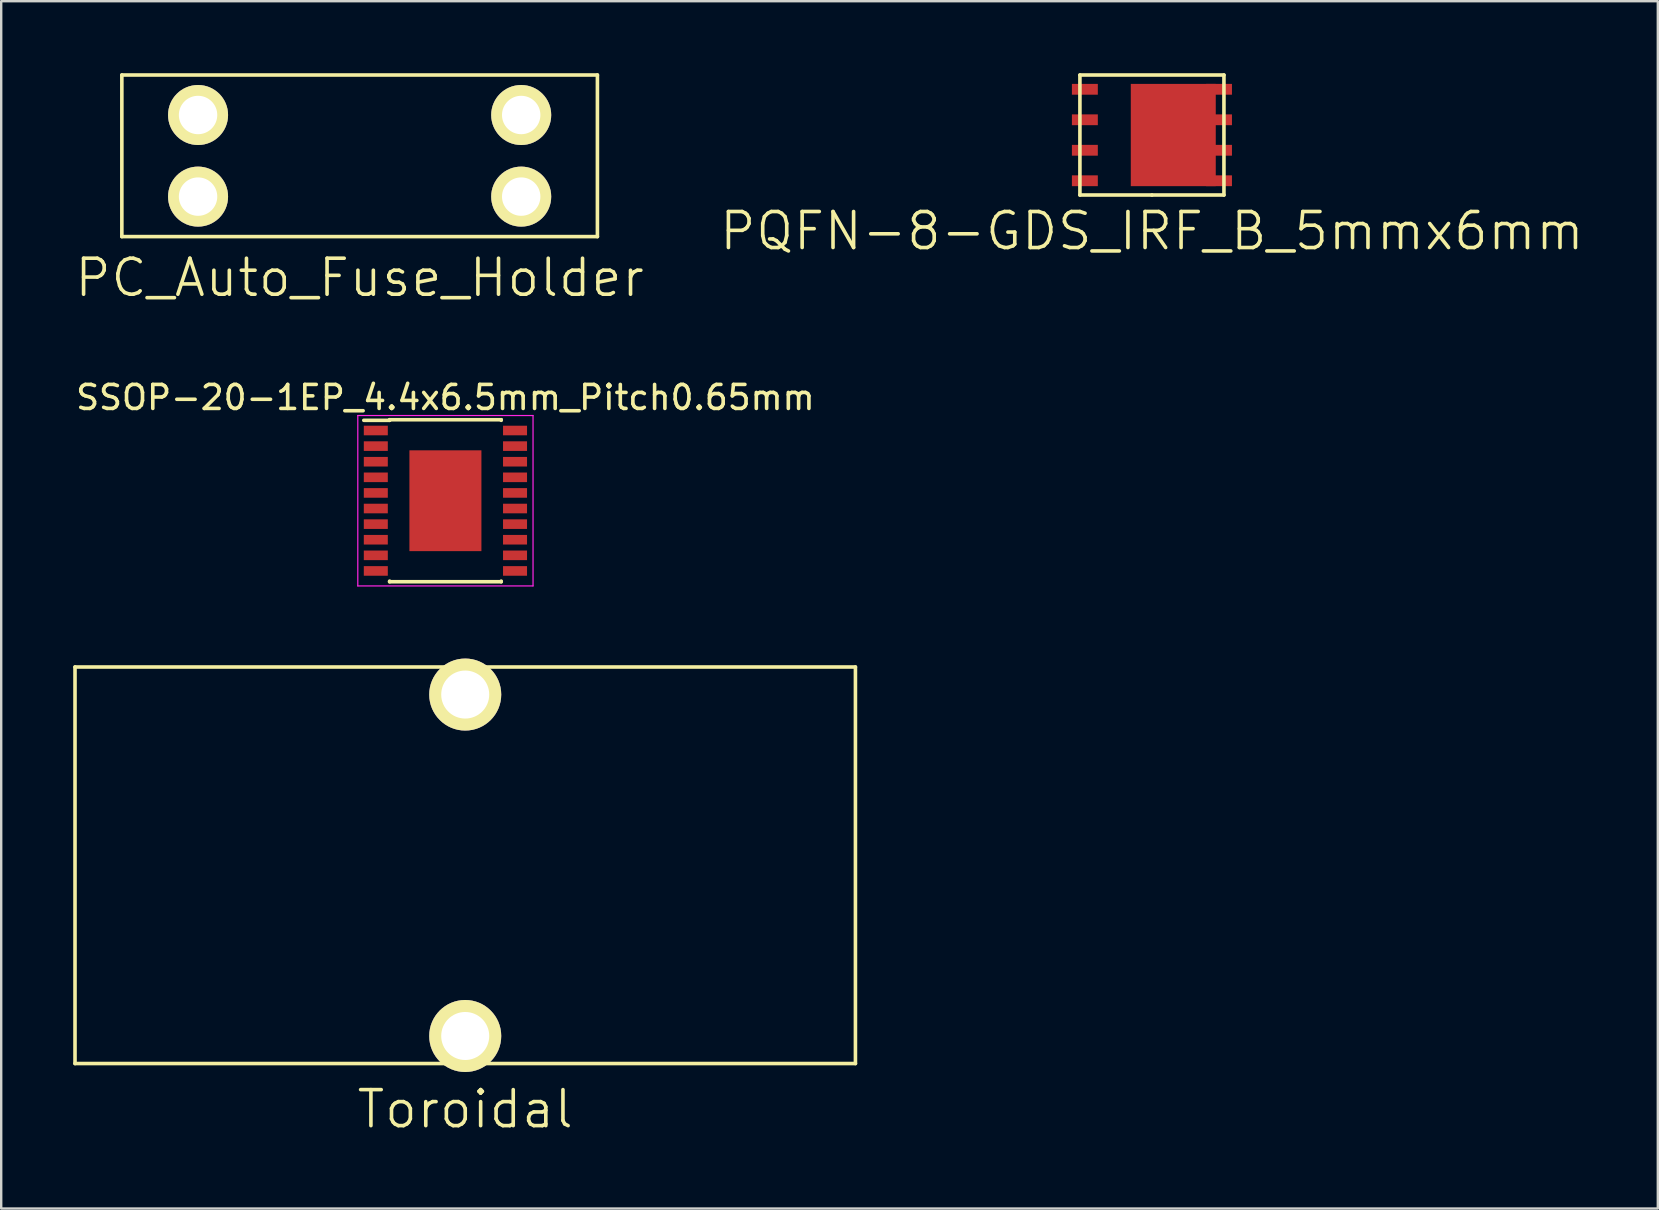
<source format=kicad_pcb>
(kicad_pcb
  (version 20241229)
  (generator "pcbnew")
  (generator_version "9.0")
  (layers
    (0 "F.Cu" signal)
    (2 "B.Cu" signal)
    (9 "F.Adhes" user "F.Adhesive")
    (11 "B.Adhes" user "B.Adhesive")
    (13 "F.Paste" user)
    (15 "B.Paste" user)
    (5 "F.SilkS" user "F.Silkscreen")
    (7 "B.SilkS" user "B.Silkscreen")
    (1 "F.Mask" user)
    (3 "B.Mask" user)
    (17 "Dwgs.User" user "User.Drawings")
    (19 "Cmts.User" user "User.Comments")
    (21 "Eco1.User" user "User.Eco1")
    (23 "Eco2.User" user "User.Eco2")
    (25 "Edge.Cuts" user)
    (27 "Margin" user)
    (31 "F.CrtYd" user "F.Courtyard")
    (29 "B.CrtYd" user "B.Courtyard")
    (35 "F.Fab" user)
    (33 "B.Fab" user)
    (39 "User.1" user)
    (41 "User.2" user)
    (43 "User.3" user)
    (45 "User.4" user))
  (footprint "PC_Auto_Fuse_Holder"
    (layer "F.Cu")
    (at 11.932 3.441)
    (property "Reference" "PC_Auto_Fuse_Holder" (at 0 5.08 0) (layer "F.SilkS") (effects (font (size 1.5 1.5) (thickness 0.15))))
    (attr through_hole)
    (fp_line (start -9.906 -3.366) (end 9.906 -3.366) (stroke (width 0.15) (type solid)) (layer "F.SilkS"))
    (fp_line (start -9.906 3.366) (end -9.906 -3.366) (stroke (width 0.15) (type solid)) (layer "F.SilkS"))
    (fp_line (start 9.906 -3.366) (end 9.906 3.366) (stroke (width 0.15) (type solid)) (layer "F.SilkS"))
    (fp_line (start 9.906 3.366) (end -9.906 3.366) (stroke (width 0.15) (type solid)) (layer "F.SilkS"))
    (pad "1" thru_hole circle (at -6.731 -1.7) (size 2.5 2.5) (drill 1.6) (layers "*.Cu" "*.Mask" "F.SilkS"))
    (pad "1" thru_hole circle (at -6.731 1.7) (size 2.5 2.5) (drill 1.6) (layers "*.Cu" "*.Mask" "F.SilkS"))
    (pad "2" thru_hole circle (at 6.731 -1.7) (size 2.5 2.5) (drill 1.6) (layers "*.Cu" "*.Mask" "F.SilkS"))
    (pad "2" thru_hole circle (at 6.731 1.7) (size 2.5 2.5) (drill 1.6) (layers "*.Cu" "*.Mask" "F.SilkS")))
  (footprint "SSOP-20-1EP_4.4x6.5mm_Pitch0.65mm"
    (layer "F.Cu")
    (at 15.506 17.81)
    (property "Reference" "SSOP-20-1EP_4.4x6.5mm_Pitch0.65mm" (at 0 -4.3 0) (layer "F.SilkS") (effects (font (size 1 1) (thickness 0.15))))
    (attr smd)
    (fp_line (start -2.325 -3.375) (end -2.325 -3.35) (stroke (width 0.15) (type solid)) (layer "F.SilkS"))
    (fp_line (start -2.325 -3.375) (end 2.325 -3.375) (stroke (width 0.15) (type solid)) (layer "F.SilkS"))
    (fp_line (start -2.325 -3.35) (end -3.4 -3.35) (stroke (width 0.15) (type solid)) (layer "F.SilkS"))
    (fp_line (start -2.325 3.375) (end -2.325 3.35) (stroke (width 0.15) (type solid)) (layer "F.SilkS"))
    (fp_line (start -2.325 3.375) (end 2.325 3.375) (stroke (width 0.15) (type solid)) (layer "F.SilkS"))
    (fp_line (start 2.325 -3.375) (end 2.325 -3.35) (stroke (width 0.15) (type solid)) (layer "F.SilkS"))
    (fp_line (start 2.325 3.375) (end 2.325 3.35) (stroke (width 0.15) (type solid)) (layer "F.SilkS"))
    (fp_line (start -3.65 -3.55) (end -3.65 3.55) (stroke (width 0.05) (type solid)) (layer "F.CrtYd"))
    (fp_line (start -3.65 -3.55) (end 3.65 -3.55) (stroke (width 0.05) (type solid)) (layer "F.CrtYd"))
    (fp_line (start -3.65 3.55) (end 3.65 3.55) (stroke (width 0.05) (type solid)) (layer "F.CrtYd"))
    (fp_line (start 3.65 -3.55) (end 3.65 3.55) (stroke (width 0.05) (type solid)) (layer "F.CrtYd"))
    (pad "1" smd rect (at -2.9 -2.925) (size 1 0.4) (layers "F.Cu" "F.Mask" "F.Paste"))
    (pad "2" smd rect (at -2.9 -2.275) (size 1 0.4) (layers "F.Cu" "F.Mask" "F.Paste"))
    (pad "3" smd rect (at -2.9 -1.625) (size 1 0.4) (layers "F.Cu" "F.Mask" "F.Paste"))
    (pad "4" smd rect (at -2.9 -0.975) (size 1 0.4) (layers "F.Cu" "F.Mask" "F.Paste"))
    (pad "5" smd rect (at -2.9 -0.325) (size 1 0.4) (layers "F.Cu" "F.Mask" "F.Paste"))
    (pad "6" smd rect (at -2.9 0.325) (size 1 0.4) (layers "F.Cu" "F.Mask" "F.Paste"))
    (pad "7" smd rect (at -2.9 0.975) (size 1 0.4) (layers "F.Cu" "F.Mask" "F.Paste"))
    (pad "8" smd rect (at -2.9 1.625) (size 1 0.4) (layers "F.Cu" "F.Mask" "F.Paste"))
    (pad "9" smd rect (at -2.9 2.275) (size 1 0.4) (layers "F.Cu" "F.Mask" "F.Paste"))
    (pad "10" smd rect (at -2.9 2.925) (size 1 0.4) (layers "F.Cu" "F.Mask" "F.Paste"))
    (pad "11" smd rect (at 2.9 2.925) (size 1 0.4) (layers "F.Cu" "F.Mask" "F.Paste"))
    (pad "12" smd rect (at 2.9 2.275) (size 1 0.4) (layers "F.Cu" "F.Mask" "F.Paste"))
    (pad "13" smd rect (at 2.9 1.625) (size 1 0.4) (layers "F.Cu" "F.Mask" "F.Paste"))
    (pad "14" smd rect (at 2.9 0.975) (size 1 0.4) (layers "F.Cu" "F.Mask" "F.Paste"))
    (pad "15" smd rect (at 2.9 0.325) (size 1 0.4) (layers "F.Cu" "F.Mask" "F.Paste"))
    (pad "16" smd rect (at 2.9 -0.325) (size 1 0.4) (layers "F.Cu" "F.Mask" "F.Paste"))
    (pad "17" smd rect (at 2.9 -0.975) (size 1 0.4) (layers "F.Cu" "F.Mask" "F.Paste"))
    (pad "18" smd rect (at 2.9 -1.625) (size 1 0.4) (layers "F.Cu" "F.Mask" "F.Paste"))
    (pad "19" smd rect (at 2.9 -2.275) (size 1 0.4) (layers "F.Cu" "F.Mask" "F.Paste"))
    (pad "20" smd rect (at 2.9 -2.925) (size 1 0.4) (layers "F.Cu" "F.Mask" "F.Paste"))
    (pad "EP" smd rect (at 0 0) (size 3 4.2) (layers "F.Cu" "F.Mask" "F.Paste")))
  (footprint "Toroidal"
    (layer "F.Cu")
    (at 16.331 32.997)
    (property "Reference" "Toroidal" (at 0 10.16 0) (layer "F.SilkS") (effects (font (size 1.5 1.5) (thickness 0.15))))
    (attr through_hole)
    (fp_line (start -16.256 -8.26) (end -16.256 8.26) (stroke (width 0.15) (type solid)) (layer "F.SilkS"))
    (fp_line (start -16.256 8.26) (end 16.256 8.26) (stroke (width 0.15) (type solid)) (layer "F.SilkS"))
    (fp_line (start 16.256 -8.26) (end -16.256 -8.26) (stroke (width 0.15) (type solid)) (layer "F.SilkS"))
    (fp_line (start 16.256 -8.26) (end 16.256 8.26) (stroke (width 0.15) (type solid)) (layer "F.SilkS"))
    (pad "1" thru_hole circle (at 0 7.112) (size 3 3) (drill 2) (layers "*.Cu" "*.Mask" "F.SilkS"))
    (pad "2" thru_hole circle (at 0 -7.112) (size 3 3) (drill 2) (layers "*.Cu" "*.Mask" "F.SilkS")))
  (footprint "PQFN-8-GDS_IRF_B_5mmx6mm"
    (layer "F.Cu")
    (at 44.939 2.575)
    (property "Reference" "PQFN-8-GDS_IRF_B_5mmx6mm" (at 0 4 0) (layer "F.SilkS") (effects (font (size 1.5 1.5) (thickness 0.15))))
    (attr through_hole)
    (fp_line (start -3 -2.5) (end 3 -2.5) (stroke (width 0.15) (type solid)) (layer "F.SilkS"))
    (fp_line (start -3 2.5) (end -3 -2.5) (stroke (width 0.15) (type solid)) (layer "F.SilkS"))
    (fp_line (start 0 2.5) (end -3 2.5) (stroke (width 0.15) (type solid)) (layer "F.SilkS"))
    (fp_line (start 3 -2.5) (end 3 2.5) (stroke (width 0.15) (type solid)) (layer "F.SilkS"))
    (fp_line (start 3 2.5) (end 0 2.5) (stroke (width 0.15) (type solid)) (layer "F.SilkS"))
    (pad "D" smd rect (at 0.889 0) (size 3.54 4.26) (layers "F.Cu" "F.Mask" "F.Paste"))
    (pad "D" smd rect (at 2.794 -1.905) (size 1.08 0.45) (layers "F.Cu" "F.Mask" "F.Paste"))
    (pad "D" smd rect (at 2.794 -0.635) (size 1.08 0.45) (layers "F.Cu" "F.Mask" "F.Paste"))
    (pad "D" smd rect (at 2.794 0.635) (size 1.08 0.45) (layers "F.Cu" "F.Mask" "F.Paste"))
    (pad "D" smd rect (at 2.794 1.905) (size 1.08 0.45) (layers "F.Cu" "F.Mask" "F.Paste"))
    (pad "G" smd rect (at -2.794 1.905) (size 1.08 0.45) (layers "F.Cu" "F.Mask" "F.Paste"))
    (pad "S" smd rect (at -2.794 -1.905) (size 1.08 0.45) (layers "F.Cu" "F.Mask" "F.Paste"))
    (pad "S" smd rect (at -2.794 -0.635) (size 1.08 0.45) (layers "F.Cu" "F.Mask" "F.Paste"))
    (pad "S" smd rect (at -2.794 0.635) (size 1.08 0.45) (layers "F.Cu" "F.Mask" "F.Paste")))
  (gr_rect
    (start -3 -3)
    (end 66.014 47.298)
    (stroke (width 0.1) (type default))
    (fill no)
    (layer "Edge.Cuts")))
</source>
